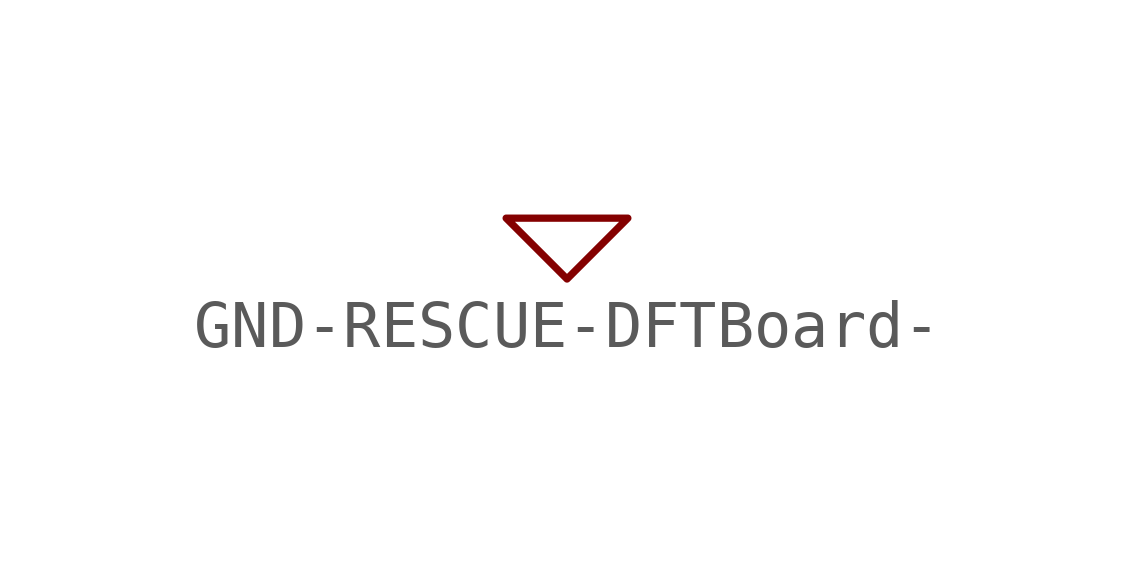
<source format=kicad_sym>
(kicad_symbol_lib
  (version 20231120)
  (generator "kicad_symbol_editor")
  (generator_version "8.0")
  (symbol "GND-RESCUE-DFTBoard-"
    (power)
    (pin_names
      (offset 0))
    (property "Reference" "#PWR"
      (at 0 0 0)
      (effects (font (size 0.762 0.762)) (hide yes)))
    (symbol "GND-RESCUE-DFTBoard-_0_1"
      (polyline (pts (xy -1.27 0) (xy 0 -1.27) (xy 1.27 0) (xy -1.27 0)) (stroke (width 0) (type solid)) (fill (type none))))
    (symbol "GND-RESCUE-DFTBoard-_1_1"
      (pin power_in line (at 0 0 90) (length 0) hide (name "GND" (effects (font (size 0.762 0.762)))) (number "1" (effects (font (size 0.762 0.762))))))))
</source>
